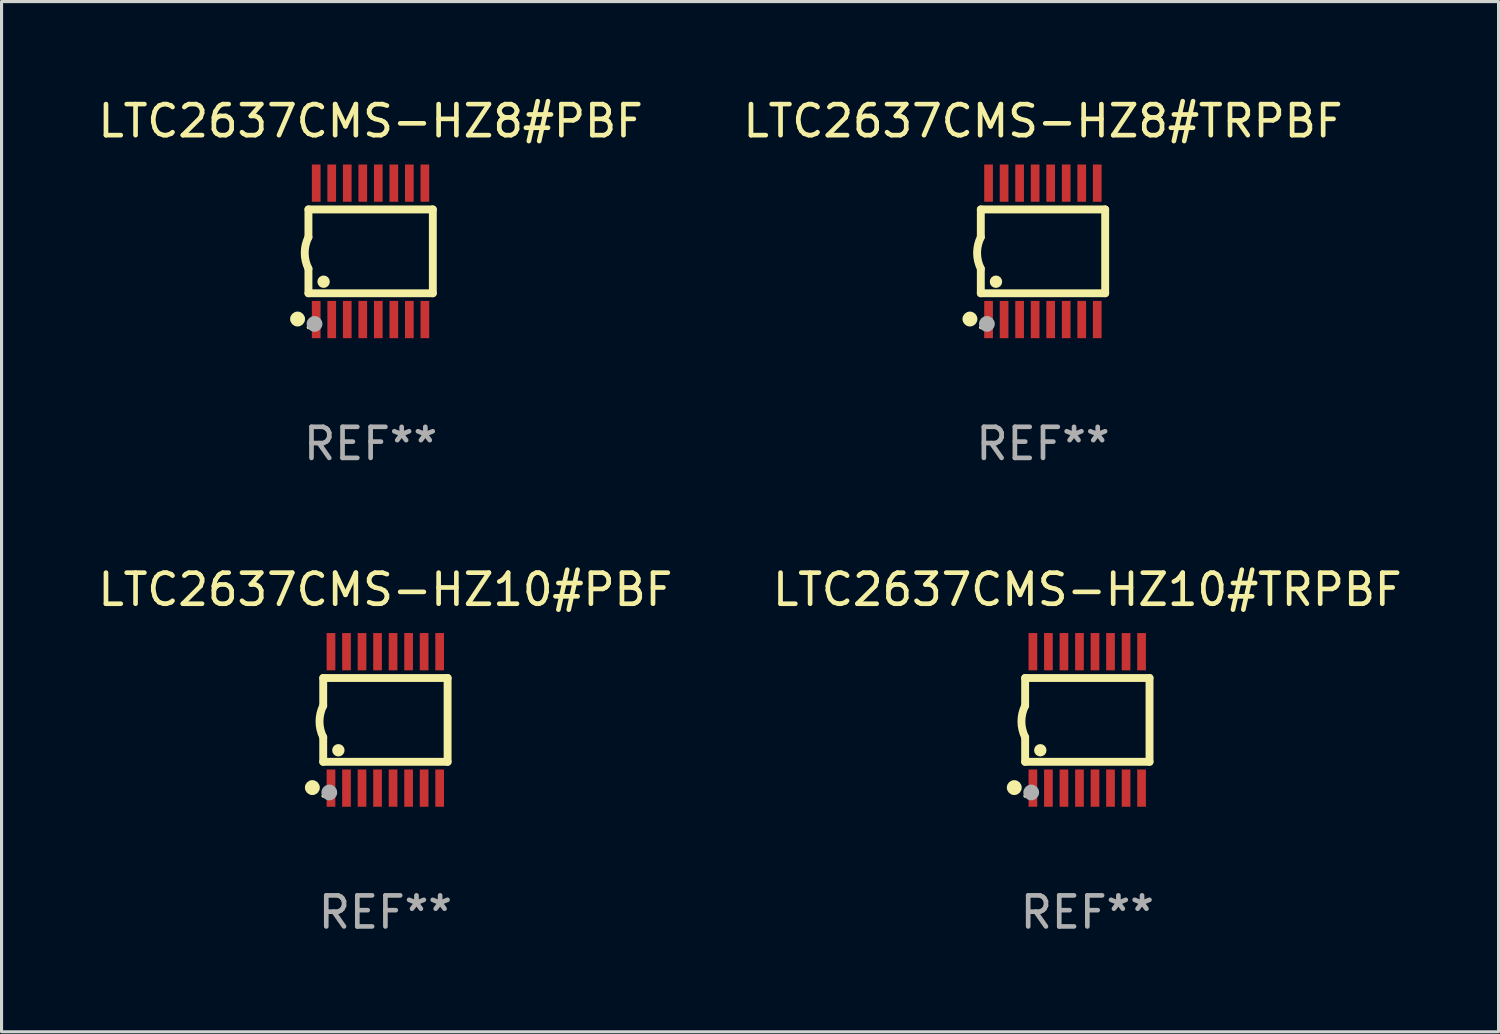
<source format=kicad_pcb>
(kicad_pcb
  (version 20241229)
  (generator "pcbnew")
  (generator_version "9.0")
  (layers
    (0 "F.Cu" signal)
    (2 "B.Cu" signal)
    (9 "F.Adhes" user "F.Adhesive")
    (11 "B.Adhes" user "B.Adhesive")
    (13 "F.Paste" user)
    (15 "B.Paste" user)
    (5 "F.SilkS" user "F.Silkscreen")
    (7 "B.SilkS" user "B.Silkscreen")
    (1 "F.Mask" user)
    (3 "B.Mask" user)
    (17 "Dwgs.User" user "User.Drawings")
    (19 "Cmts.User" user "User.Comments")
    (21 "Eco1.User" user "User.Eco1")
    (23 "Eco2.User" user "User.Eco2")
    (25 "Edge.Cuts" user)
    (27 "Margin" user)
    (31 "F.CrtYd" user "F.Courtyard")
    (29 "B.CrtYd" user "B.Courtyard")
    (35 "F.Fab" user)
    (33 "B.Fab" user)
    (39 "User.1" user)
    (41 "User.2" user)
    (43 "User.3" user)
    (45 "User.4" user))
  (footprint "LTC2637CMS-HZ8#PBF"
    (layer "F.Cu")
    (at 8.887 5.045)
    (property "Reference" "LTC2637CMS-HZ8#PBF" (at 0 -4.197 0) (layer "F.SilkS") (effects (font (size 1 1) (thickness 0.15))))
    (attr through_hole)
    (fp_line (start -2.003 -1.35) (end -2.003 -0.457) (stroke (width 0.254) (type solid)) (layer "F.SilkS"))
    (fp_line (start -2.003 -1.35) (end 2.003 -1.35) (stroke (width 0.254) (type solid)) (layer "F.SilkS"))
    (fp_line (start -2.003 1.35) (end -2.003 0.559) (stroke (width 0.254) (type solid)) (layer "F.SilkS"))
    (fp_line (start -2.003 1.35) (end 2.003 1.35) (stroke (width 0.254) (type solid)) (layer "F.SilkS"))
    (fp_line (start 2.003 -1.35) (end 2.003 1.35) (stroke (width 0.254) (type solid)) (layer "F.SilkS"))
    (fp_arc (start -2.002286 0.558802) (mid -2.122556 0.05092) (end -2.003302 -0.457201) (stroke (width 0.254001) (type solid)) (layer "F.SilkS"))
    (fp_circle (center -2.353 2.18) (end -2.233 2.18) (stroke (width 0.24) (type solid)) (fill no) (layer "F.SilkS"))
    (fp_circle (center -2.003 2.45) (end -1.973 2.45) (stroke (width 0.06) (type solid)) (fill no) (layer "F.SilkS"))
    (fp_circle (center -1.515 0.978) (end -1.415 0.978) (stroke (width 0.2) (type solid)) (fill no) (layer "F.SilkS"))
    (fp_circle (center -1.807 2.337) (end -1.68 2.337) (stroke (width 0.254) (type solid)) (fill no) (layer "F.Fab"))
    (fp_text user "REF**" (at 0 6.197 0) (layer "F.Fab") (effects (font (size 1 1) (thickness 0.15))))
    (pad "1" smd rect (at -1.753 2.197 90) (size 1.2 0.28) (layers "F.Cu" "F.Mask" "F.Paste"))
    (pad "2" smd rect (at -1.253 2.197 90) (size 1.2 0.28) (layers "F.Cu" "F.Mask" "F.Paste"))
    (pad "3" smd rect (at -0.753 2.197 90) (size 1.2 0.28) (layers "F.Cu" "F.Mask" "F.Paste"))
    (pad "4" smd rect (at -0.253 2.197 90) (size 1.2 0.28) (layers "F.Cu" "F.Mask" "F.Paste"))
    (pad "5" smd rect (at 0.247 2.197 90) (size 1.2 0.28) (layers "F.Cu" "F.Mask" "F.Paste"))
    (pad "6" smd rect (at 0.747 2.197 90) (size 1.2 0.28) (layers "F.Cu" "F.Mask" "F.Paste"))
    (pad "7" smd rect (at 1.247 2.197 90) (size 1.2 0.28) (layers "F.Cu" "F.Mask" "F.Paste"))
    (pad "8" smd rect (at 1.747 2.197 90) (size 1.2 0.28) (layers "F.Cu" "F.Mask" "F.Paste"))
    (pad "9" smd rect (at 1.747 -2.197 90) (size 1.2 0.28) (layers "F.Cu" "F.Mask" "F.Paste"))
    (pad "10" smd rect (at 1.247 -2.197 90) (size 1.2 0.28) (layers "F.Cu" "F.Mask" "F.Paste"))
    (pad "11" smd rect (at 0.747 -2.197 90) (size 1.2 0.28) (layers "F.Cu" "F.Mask" "F.Paste"))
    (pad "12" smd rect (at 0.247 -2.197 90) (size 1.2 0.28) (layers "F.Cu" "F.Mask" "F.Paste"))
    (pad "13" smd rect (at -0.253 -2.197 90) (size 1.2 0.28) (layers "F.Cu" "F.Mask" "F.Paste"))
    (pad "14" smd rect (at -0.753 -2.197 90) (size 1.2 0.28) (layers "F.Cu" "F.Mask" "F.Paste"))
    (pad "15" smd rect (at -1.253 -2.197 90) (size 1.2 0.28) (layers "F.Cu" "F.Mask" "F.Paste"))
    (pad "16" smd rect (at -1.753 -2.197 90) (size 1.2 0.28) (layers "F.Cu" "F.Mask" "F.Paste")))
  (footprint "LTC2637CMS-HZ10#PBF"
    (layer "F.Cu")
    (at 9.363 20.136)
    (property "Reference" "LTC2637CMS-HZ10#PBF" (at 0 -4.197 0) (layer "F.SilkS") (effects (font (size 1 1) (thickness 0.15))))
    (attr through_hole)
    (fp_line (start -2.003 -1.35) (end -2.003 -0.457) (stroke (width 0.254) (type solid)) (layer "F.SilkS"))
    (fp_line (start -2.003 -1.35) (end 2.003 -1.35) (stroke (width 0.254) (type solid)) (layer "F.SilkS"))
    (fp_line (start -2.003 1.35) (end -2.003 0.559) (stroke (width 0.254) (type solid)) (layer "F.SilkS"))
    (fp_line (start -2.003 1.35) (end 2.003 1.35) (stroke (width 0.254) (type solid)) (layer "F.SilkS"))
    (fp_line (start 2.003 -1.35) (end 2.003 1.35) (stroke (width 0.254) (type solid)) (layer "F.SilkS"))
    (fp_arc (start -2.002286 0.558802) (mid -2.122556 0.05092) (end -2.003302 -0.457201) (stroke (width 0.254001) (type solid)) (layer "F.SilkS"))
    (fp_circle (center -2.353 2.18) (end -2.233 2.18) (stroke (width 0.24) (type solid)) (fill no) (layer "F.SilkS"))
    (fp_circle (center -2.003 2.45) (end -1.973 2.45) (stroke (width 0.06) (type solid)) (fill no) (layer "F.SilkS"))
    (fp_circle (center -1.515 0.978) (end -1.415 0.978) (stroke (width 0.2) (type solid)) (fill no) (layer "F.SilkS"))
    (fp_circle (center -1.807 2.337) (end -1.68 2.337) (stroke (width 0.254) (type solid)) (fill no) (layer "F.Fab"))
    (fp_text user "REF**" (at 0 6.197 0) (layer "F.Fab") (effects (font (size 1 1) (thickness 0.15))))
    (pad "1" smd rect (at -1.753 2.197 90) (size 1.2 0.28) (layers "F.Cu" "F.Mask" "F.Paste"))
    (pad "2" smd rect (at -1.253 2.197 90) (size 1.2 0.28) (layers "F.Cu" "F.Mask" "F.Paste"))
    (pad "3" smd rect (at -0.753 2.197 90) (size 1.2 0.28) (layers "F.Cu" "F.Mask" "F.Paste"))
    (pad "4" smd rect (at -0.253 2.197 90) (size 1.2 0.28) (layers "F.Cu" "F.Mask" "F.Paste"))
    (pad "5" smd rect (at 0.247 2.197 90) (size 1.2 0.28) (layers "F.Cu" "F.Mask" "F.Paste"))
    (pad "6" smd rect (at 0.747 2.197 90) (size 1.2 0.28) (layers "F.Cu" "F.Mask" "F.Paste"))
    (pad "7" smd rect (at 1.247 2.197 90) (size 1.2 0.28) (layers "F.Cu" "F.Mask" "F.Paste"))
    (pad "8" smd rect (at 1.747 2.197 90) (size 1.2 0.28) (layers "F.Cu" "F.Mask" "F.Paste"))
    (pad "9" smd rect (at 1.747 -2.197 90) (size 1.2 0.28) (layers "F.Cu" "F.Mask" "F.Paste"))
    (pad "10" smd rect (at 1.247 -2.197 90) (size 1.2 0.28) (layers "F.Cu" "F.Mask" "F.Paste"))
    (pad "11" smd rect (at 0.747 -2.197 90) (size 1.2 0.28) (layers "F.Cu" "F.Mask" "F.Paste"))
    (pad "12" smd rect (at 0.247 -2.197 90) (size 1.2 0.28) (layers "F.Cu" "F.Mask" "F.Paste"))
    (pad "13" smd rect (at -0.253 -2.197 90) (size 1.2 0.28) (layers "F.Cu" "F.Mask" "F.Paste"))
    (pad "14" smd rect (at -0.753 -2.197 90) (size 1.2 0.28) (layers "F.Cu" "F.Mask" "F.Paste"))
    (pad "15" smd rect (at -1.253 -2.197 90) (size 1.2 0.28) (layers "F.Cu" "F.Mask" "F.Paste"))
    (pad "16" smd rect (at -1.753 -2.197 90) (size 1.2 0.28) (layers "F.Cu" "F.Mask" "F.Paste")))
  (footprint "LTC2637CMS-HZ10#TRPBF"
    (layer "F.Cu")
    (at 31.97 20.136)
    (property "Reference" "LTC2637CMS-HZ10#TRPBF" (at 0 -4.197 0) (layer "F.SilkS") (effects (font (size 1 1) (thickness 0.15))))
    (attr through_hole)
    (fp_line (start -2.003 -1.35) (end -2.003 -0.457) (stroke (width 0.254) (type solid)) (layer "F.SilkS"))
    (fp_line (start -2.003 -1.35) (end 2.003 -1.35) (stroke (width 0.254) (type solid)) (layer "F.SilkS"))
    (fp_line (start -2.003 1.35) (end -2.003 0.559) (stroke (width 0.254) (type solid)) (layer "F.SilkS"))
    (fp_line (start -2.003 1.35) (end 2.003 1.35) (stroke (width 0.254) (type solid)) (layer "F.SilkS"))
    (fp_line (start 2.003 -1.35) (end 2.003 1.35) (stroke (width 0.254) (type solid)) (layer "F.SilkS"))
    (fp_arc (start -2.002286 0.558802) (mid -2.122556 0.05092) (end -2.003302 -0.457201) (stroke (width 0.254001) (type solid)) (layer "F.SilkS"))
    (fp_circle (center -2.353 2.18) (end -2.233 2.18) (stroke (width 0.24) (type solid)) (fill no) (layer "F.SilkS"))
    (fp_circle (center -2.003 2.45) (end -1.973 2.45) (stroke (width 0.06) (type solid)) (fill no) (layer "F.SilkS"))
    (fp_circle (center -1.515 0.978) (end -1.415 0.978) (stroke (width 0.2) (type solid)) (fill no) (layer "F.SilkS"))
    (fp_circle (center -1.807 2.337) (end -1.68 2.337) (stroke (width 0.254) (type solid)) (fill no) (layer "F.Fab"))
    (fp_text user "REF**" (at 0 6.197 0) (layer "F.Fab") (effects (font (size 1 1) (thickness 0.15))))
    (pad "1" smd rect (at -1.753 2.197 90) (size 1.2 0.28) (layers "F.Cu" "F.Mask" "F.Paste"))
    (pad "2" smd rect (at -1.253 2.197 90) (size 1.2 0.28) (layers "F.Cu" "F.Mask" "F.Paste"))
    (pad "3" smd rect (at -0.753 2.197 90) (size 1.2 0.28) (layers "F.Cu" "F.Mask" "F.Paste"))
    (pad "4" smd rect (at -0.253 2.197 90) (size 1.2 0.28) (layers "F.Cu" "F.Mask" "F.Paste"))
    (pad "5" smd rect (at 0.247 2.197 90) (size 1.2 0.28) (layers "F.Cu" "F.Mask" "F.Paste"))
    (pad "6" smd rect (at 0.747 2.197 90) (size 1.2 0.28) (layers "F.Cu" "F.Mask" "F.Paste"))
    (pad "7" smd rect (at 1.247 2.197 90) (size 1.2 0.28) (layers "F.Cu" "F.Mask" "F.Paste"))
    (pad "8" smd rect (at 1.747 2.197 90) (size 1.2 0.28) (layers "F.Cu" "F.Mask" "F.Paste"))
    (pad "9" smd rect (at 1.747 -2.197 90) (size 1.2 0.28) (layers "F.Cu" "F.Mask" "F.Paste"))
    (pad "10" smd rect (at 1.247 -2.197 90) (size 1.2 0.28) (layers "F.Cu" "F.Mask" "F.Paste"))
    (pad "11" smd rect (at 0.747 -2.197 90) (size 1.2 0.28) (layers "F.Cu" "F.Mask" "F.Paste"))
    (pad "12" smd rect (at 0.247 -2.197 90) (size 1.2 0.28) (layers "F.Cu" "F.Mask" "F.Paste"))
    (pad "13" smd rect (at -0.253 -2.197 90) (size 1.2 0.28) (layers "F.Cu" "F.Mask" "F.Paste"))
    (pad "14" smd rect (at -0.753 -2.197 90) (size 1.2 0.28) (layers "F.Cu" "F.Mask" "F.Paste"))
    (pad "15" smd rect (at -1.253 -2.197 90) (size 1.2 0.28) (layers "F.Cu" "F.Mask" "F.Paste"))
    (pad "16" smd rect (at -1.753 -2.197 90) (size 1.2 0.28) (layers "F.Cu" "F.Mask" "F.Paste")))
  (footprint "LTC2637CMS-HZ8#TRPBF"
    (layer "F.Cu")
    (at 30.542 5.045)
    (property "Reference" "LTC2637CMS-HZ8#TRPBF" (at 0 -4.197 0) (layer "F.SilkS") (effects (font (size 1 1) (thickness 0.15))))
    (attr through_hole)
    (fp_line (start -2.003 -1.35) (end -2.003 -0.457) (stroke (width 0.254) (type solid)) (layer "F.SilkS"))
    (fp_line (start -2.003 -1.35) (end 2.003 -1.35) (stroke (width 0.254) (type solid)) (layer "F.SilkS"))
    (fp_line (start -2.003 1.35) (end -2.003 0.559) (stroke (width 0.254) (type solid)) (layer "F.SilkS"))
    (fp_line (start -2.003 1.35) (end 2.003 1.35) (stroke (width 0.254) (type solid)) (layer "F.SilkS"))
    (fp_line (start 2.003 -1.35) (end 2.003 1.35) (stroke (width 0.254) (type solid)) (layer "F.SilkS"))
    (fp_arc (start -2.002286 0.558802) (mid -2.122556 0.05092) (end -2.003302 -0.457201) (stroke (width 0.254001) (type solid)) (layer "F.SilkS"))
    (fp_circle (center -2.353 2.18) (end -2.233 2.18) (stroke (width 0.24) (type solid)) (fill no) (layer "F.SilkS"))
    (fp_circle (center -2.003 2.45) (end -1.973 2.45) (stroke (width 0.06) (type solid)) (fill no) (layer "F.SilkS"))
    (fp_circle (center -1.515 0.978) (end -1.415 0.978) (stroke (width 0.2) (type solid)) (fill no) (layer "F.SilkS"))
    (fp_circle (center -1.807 2.337) (end -1.68 2.337) (stroke (width 0.254) (type solid)) (fill no) (layer "F.Fab"))
    (fp_text user "REF**" (at 0 6.197 0) (layer "F.Fab") (effects (font (size 1 1) (thickness 0.15))))
    (pad "1" smd rect (at -1.753 2.197 90) (size 1.2 0.28) (layers "F.Cu" "F.Mask" "F.Paste"))
    (pad "2" smd rect (at -1.253 2.197 90) (size 1.2 0.28) (layers "F.Cu" "F.Mask" "F.Paste"))
    (pad "3" smd rect (at -0.753 2.197 90) (size 1.2 0.28) (layers "F.Cu" "F.Mask" "F.Paste"))
    (pad "4" smd rect (at -0.253 2.197 90) (size 1.2 0.28) (layers "F.Cu" "F.Mask" "F.Paste"))
    (pad "5" smd rect (at 0.247 2.197 90) (size 1.2 0.28) (layers "F.Cu" "F.Mask" "F.Paste"))
    (pad "6" smd rect (at 0.747 2.197 90) (size 1.2 0.28) (layers "F.Cu" "F.Mask" "F.Paste"))
    (pad "7" smd rect (at 1.247 2.197 90) (size 1.2 0.28) (layers "F.Cu" "F.Mask" "F.Paste"))
    (pad "8" smd rect (at 1.747 2.197 90) (size 1.2 0.28) (layers "F.Cu" "F.Mask" "F.Paste"))
    (pad "9" smd rect (at 1.747 -2.197 90) (size 1.2 0.28) (layers "F.Cu" "F.Mask" "F.Paste"))
    (pad "10" smd rect (at 1.247 -2.197 90) (size 1.2 0.28) (layers "F.Cu" "F.Mask" "F.Paste"))
    (pad "11" smd rect (at 0.747 -2.197 90) (size 1.2 0.28) (layers "F.Cu" "F.Mask" "F.Paste"))
    (pad "12" smd rect (at 0.247 -2.197 90) (size 1.2 0.28) (layers "F.Cu" "F.Mask" "F.Paste"))
    (pad "13" smd rect (at -0.253 -2.197 90) (size 1.2 0.28) (layers "F.Cu" "F.Mask" "F.Paste"))
    (pad "14" smd rect (at -0.753 -2.197 90) (size 1.2 0.28) (layers "F.Cu" "F.Mask" "F.Paste"))
    (pad "15" smd rect (at -1.253 -2.197 90) (size 1.2 0.28) (layers "F.Cu" "F.Mask" "F.Paste"))
    (pad "16" smd rect (at -1.753 -2.197 90) (size 1.2 0.28) (layers "F.Cu" "F.Mask" "F.Paste")))
  (gr_rect
    (start -3 -3)
    (end 45.214 30.181)
    (stroke (width 0.1) (type default))
    (fill no)
    (layer "Edge.Cuts")))
</source>
